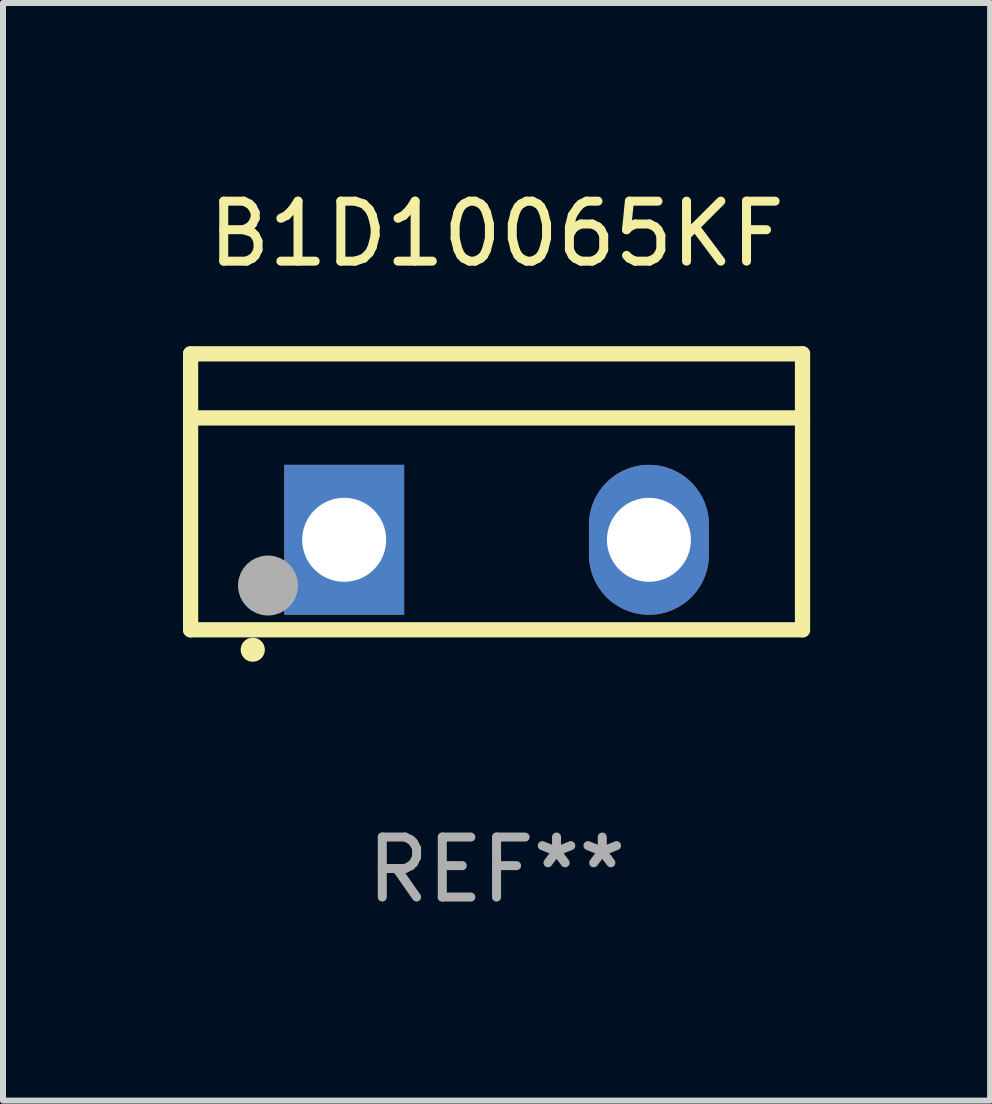
<source format=kicad_pcb>
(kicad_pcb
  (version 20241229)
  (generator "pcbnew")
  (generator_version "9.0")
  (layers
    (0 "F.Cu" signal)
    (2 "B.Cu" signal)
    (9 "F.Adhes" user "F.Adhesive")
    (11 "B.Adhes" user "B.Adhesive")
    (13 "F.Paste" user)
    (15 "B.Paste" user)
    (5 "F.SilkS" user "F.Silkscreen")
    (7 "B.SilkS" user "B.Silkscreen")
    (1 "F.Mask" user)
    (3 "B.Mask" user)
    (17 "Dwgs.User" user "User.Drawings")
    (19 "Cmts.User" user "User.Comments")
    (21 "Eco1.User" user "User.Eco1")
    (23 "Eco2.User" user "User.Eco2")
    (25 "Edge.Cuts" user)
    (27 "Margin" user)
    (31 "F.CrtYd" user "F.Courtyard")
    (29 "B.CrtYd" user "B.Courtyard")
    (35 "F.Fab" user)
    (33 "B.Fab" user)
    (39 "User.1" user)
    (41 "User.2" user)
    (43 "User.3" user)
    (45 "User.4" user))
  (footprint "B1D10065KF"
    (layer "F.Cu")
    (at 5.227 5.148)
    (property "Reference" "B1D10065KF" (at 0 -4.3 0) (layer "F.SilkS") (effects (font (size 1 1) (thickness 0.15))))
    (attr through_hole)
    (fp_line (start -5.1 -2.3) (end -5.1 2.3) (stroke (width 0.254) (type solid)) (layer "F.SilkS"))
    (fp_line (start -5.1 2.3) (end 5.1 2.3) (stroke (width 0.254) (type solid)) (layer "F.SilkS"))
    (fp_line (start -5.08 -1.232) (end 5.1 -1.232) (stroke (width 0.254) (type solid)) (layer "F.SilkS"))
    (fp_line (start 5.1 -2.3) (end -5.1 -2.3) (stroke (width 0.254) (type solid)) (layer "F.SilkS"))
    (fp_line (start 5.1 -2.3) (end 5.1 2.3) (stroke (width 0.254) (type solid)) (layer "F.SilkS"))
    (fp_arc (start -4.065278 2.632004) (mid -4.064008 2.632) (end -4.062738 2.632004) (stroke (width 0.4) (type solid)) (layer "F.SilkS"))
    (fp_circle (center -5.1 2.32) (end -5.07 2.32) (stroke (width 0.06) (type solid)) (fill no) (layer "F.SilkS"))
    (fp_circle (center -3.81 1.562) (end -3.56 1.562) (stroke (width 0.5) (type solid)) (fill no) (layer "F.Fab"))
    (fp_text user "REF**" (at 0 6.3 0) (layer "F.Fab") (effects (font (size 1 1) (thickness 0.15))))
    (pad "1" thru_hole rect (at -2.54 0.8) (size 2 2.5) (drill 1.4) (layers "*.Cu" "*.Mask"))
    (pad "2" thru_hole oval (at 2.54 0.8) (size 2 2.5) (drill 1.4) (layers "*.Cu" "*.Mask")))
  (gr_rect
    (start -3 -3)
    (end 13.454 15.296)
    (stroke (width 0.1) (type default))
    (fill no)
    (layer "Edge.Cuts")))
</source>
